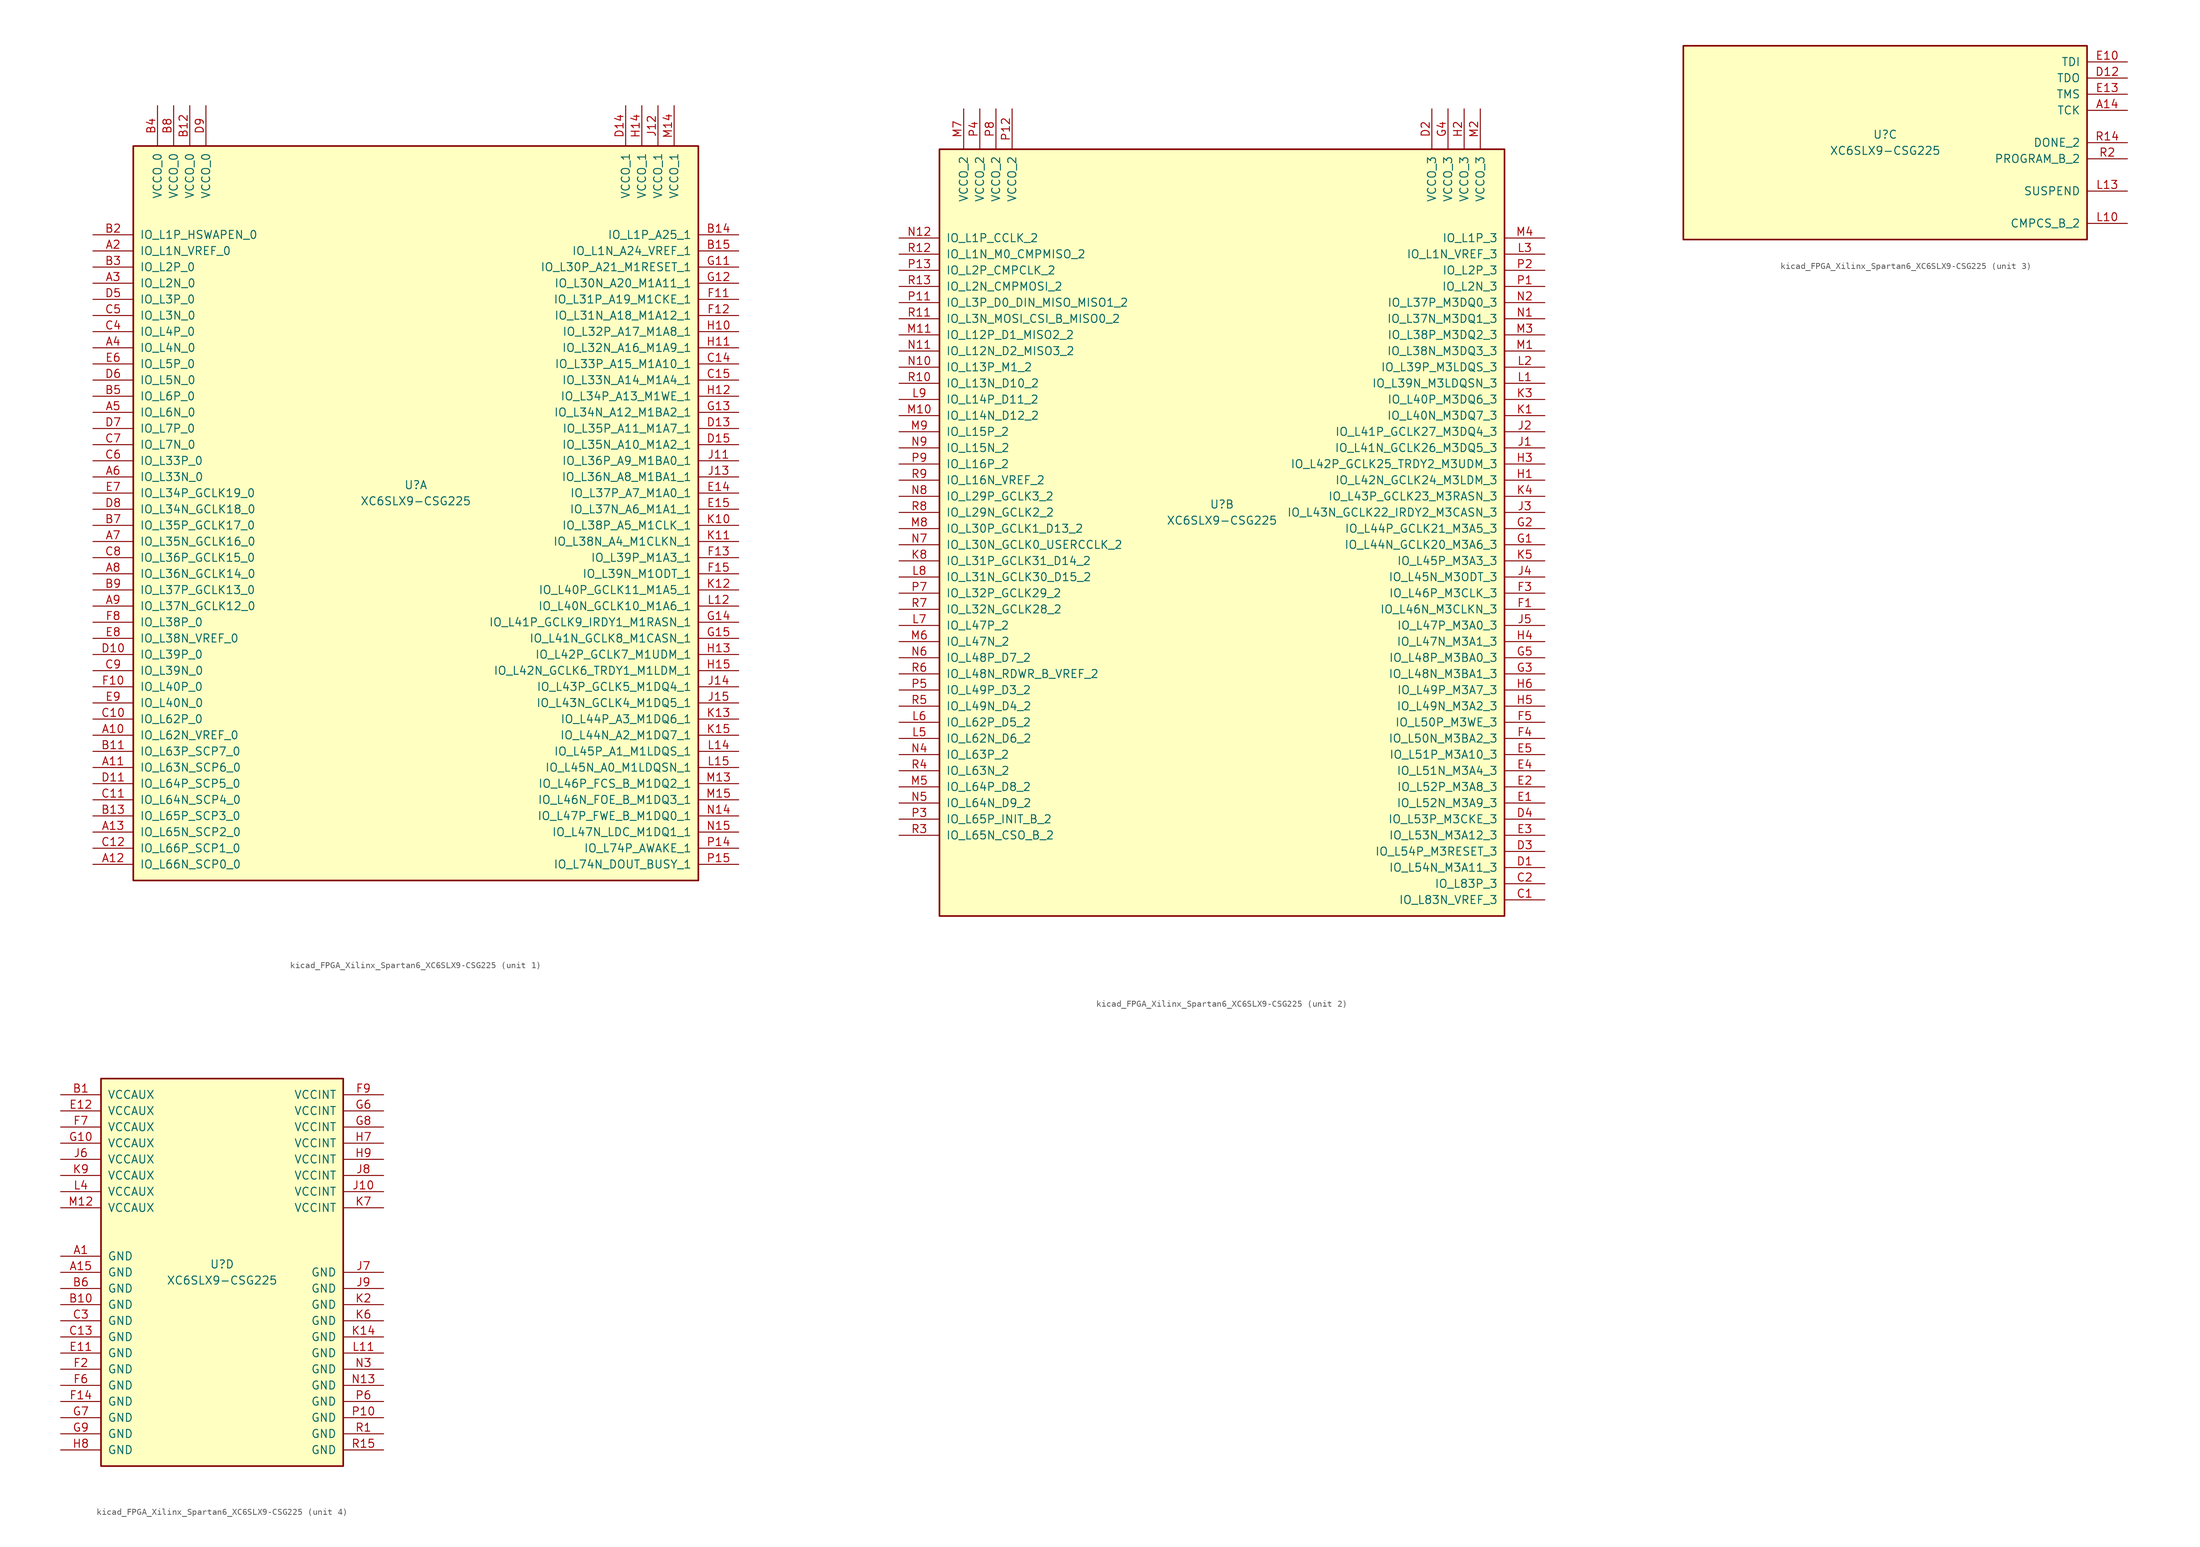
<source format=kicad_sym>
(kicad_symbol_lib
  (version 20220914)
  (generator kicad_symbol_editor)
  (symbol "kicad_FPGA_Xilinx_Spartan6_XC6SLX9-CSG225"
    (pin_names
      (offset 1.016))
    (property "Reference" "U"
      (at 0 1.27 0)
      (effects (font (size 1.27 1.27))))
    (property "Value" "XC6SLX9-CSG225"
      (at 0 -1.27 0)
      (effects (font (size 1.27 1.27))))
    (property "Datasheet" ""
      (at 0 0 0)
      (effects (font (size 1.27 1.27))))
    (property "ki_locked" ""
      (at 0 0 0)
      (effects (font (size 1.27 1.27))))
    (symbol "kicad_FPGA_Xilinx_Spartan6_XC6SLX9-CSG225_1_1"
      (rectangle (start -44.45 54.61) (end 44.45 -60.96) (stroke (width 0.254) (type default)) (fill (type background)))
      (pin bidirectional line (at -50.8 -38.1 0) (length 6.35) (name "IO_L62N_VREF_0" (effects (font (size 1.27 1.27)))) (number "A10" (effects (font (size 1.27 1.27)))))
      (pin bidirectional line (at -50.8 -43.18 0) (length 6.35) (name "IO_L63N_SCP6_0" (effects (font (size 1.27 1.27)))) (number "A11" (effects (font (size 1.27 1.27)))))
      (pin bidirectional line (at -50.8 -58.42 0) (length 6.35) (name "IO_L66N_SCP0_0" (effects (font (size 1.27 1.27)))) (number "A12" (effects (font (size 1.27 1.27)))))
      (pin bidirectional line (at -50.8 -53.34 0) (length 6.35) (name "IO_L65N_SCP2_0" (effects (font (size 1.27 1.27)))) (number "A13" (effects (font (size 1.27 1.27)))))
      (pin bidirectional line (at -50.8 38.1 0) (length 6.35) (name "IO_L1N_VREF_0" (effects (font (size 1.27 1.27)))) (number "A2" (effects (font (size 1.27 1.27)))))
      (pin bidirectional line (at -50.8 33.02 0) (length 6.35) (name "IO_L2N_0" (effects (font (size 1.27 1.27)))) (number "A3" (effects (font (size 1.27 1.27)))))
      (pin bidirectional line (at -50.8 22.86 0) (length 6.35) (name "IO_L4N_0" (effects (font (size 1.27 1.27)))) (number "A4" (effects (font (size 1.27 1.27)))))
      (pin bidirectional line (at -50.8 12.7 0) (length 6.35) (name "IO_L6N_0" (effects (font (size 1.27 1.27)))) (number "A5" (effects (font (size 1.27 1.27)))))
      (pin bidirectional line (at -50.8 2.54 0) (length 6.35) (name "IO_L33N_0" (effects (font (size 1.27 1.27)))) (number "A6" (effects (font (size 1.27 1.27)))))
      (pin bidirectional line (at -50.8 -7.62 0) (length 6.35) (name "IO_L35N_GCLK16_0" (effects (font (size 1.27 1.27)))) (number "A7" (effects (font (size 1.27 1.27)))))
      (pin bidirectional line (at -50.8 -12.7 0) (length 6.35) (name "IO_L36N_GCLK14_0" (effects (font (size 1.27 1.27)))) (number "A8" (effects (font (size 1.27 1.27)))))
      (pin bidirectional line (at -50.8 -17.78 0) (length 6.35) (name "IO_L37N_GCLK12_0" (effects (font (size 1.27 1.27)))) (number "A9" (effects (font (size 1.27 1.27)))))
      (pin bidirectional line (at -50.8 -40.64 0) (length 6.35) (name "IO_L63P_SCP7_0" (effects (font (size 1.27 1.27)))) (number "B11" (effects (font (size 1.27 1.27)))))
      (pin power_in line (at -35.56 60.96 270) (length 6.35) (name "VCCO_0" (effects (font (size 1.27 1.27)))) (number "B12" (effects (font (size 1.27 1.27)))))
      (pin bidirectional line (at -50.8 -50.8 0) (length 6.35) (name "IO_L65P_SCP3_0" (effects (font (size 1.27 1.27)))) (number "B13" (effects (font (size 1.27 1.27)))))
      (pin bidirectional line (at 50.8 40.64 180) (length 6.35) (name "IO_L1P_A25_1" (effects (font (size 1.27 1.27)))) (number "B14" (effects (font (size 1.27 1.27)))))
      (pin bidirectional line (at 50.8 38.1 180) (length 6.35) (name "IO_L1N_A24_VREF_1" (effects (font (size 1.27 1.27)))) (number "B15" (effects (font (size 1.27 1.27)))))
      (pin bidirectional line (at -50.8 40.64 0) (length 6.35) (name "IO_L1P_HSWAPEN_0" (effects (font (size 1.27 1.27)))) (number "B2" (effects (font (size 1.27 1.27)))))
      (pin bidirectional line (at -50.8 35.56 0) (length 6.35) (name "IO_L2P_0" (effects (font (size 1.27 1.27)))) (number "B3" (effects (font (size 1.27 1.27)))))
      (pin power_in line (at -40.64 60.96 270) (length 6.35) (name "VCCO_0" (effects (font (size 1.27 1.27)))) (number "B4" (effects (font (size 1.27 1.27)))))
      (pin bidirectional line (at -50.8 15.24 0) (length 6.35) (name "IO_L6P_0" (effects (font (size 1.27 1.27)))) (number "B5" (effects (font (size 1.27 1.27)))))
      (pin bidirectional line (at -50.8 -5.08 0) (length 6.35) (name "IO_L35P_GCLK17_0" (effects (font (size 1.27 1.27)))) (number "B7" (effects (font (size 1.27 1.27)))))
      (pin power_in line (at -38.1 60.96 270) (length 6.35) (name "VCCO_0" (effects (font (size 1.27 1.27)))) (number "B8" (effects (font (size 1.27 1.27)))))
      (pin bidirectional line (at -50.8 -15.24 0) (length 6.35) (name "IO_L37P_GCLK13_0" (effects (font (size 1.27 1.27)))) (number "B9" (effects (font (size 1.27 1.27)))))
      (pin bidirectional line (at -50.8 -35.56 0) (length 6.35) (name "IO_L62P_0" (effects (font (size 1.27 1.27)))) (number "C10" (effects (font (size 1.27 1.27)))))
      (pin bidirectional line (at -50.8 -48.26 0) (length 6.35) (name "IO_L64N_SCP4_0" (effects (font (size 1.27 1.27)))) (number "C11" (effects (font (size 1.27 1.27)))))
      (pin bidirectional line (at -50.8 -55.88 0) (length 6.35) (name "IO_L66P_SCP1_0" (effects (font (size 1.27 1.27)))) (number "C12" (effects (font (size 1.27 1.27)))))
      (pin bidirectional line (at 50.8 20.32 180) (length 6.35) (name "IO_L33P_A15_M1A10_1" (effects (font (size 1.27 1.27)))) (number "C14" (effects (font (size 1.27 1.27)))))
      (pin bidirectional line (at 50.8 17.78 180) (length 6.35) (name "IO_L33N_A14_M1A4_1" (effects (font (size 1.27 1.27)))) (number "C15" (effects (font (size 1.27 1.27)))))
      (pin bidirectional line (at -50.8 25.4 0) (length 6.35) (name "IO_L4P_0" (effects (font (size 1.27 1.27)))) (number "C4" (effects (font (size 1.27 1.27)))))
      (pin bidirectional line (at -50.8 27.94 0) (length 6.35) (name "IO_L3N_0" (effects (font (size 1.27 1.27)))) (number "C5" (effects (font (size 1.27 1.27)))))
      (pin bidirectional line (at -50.8 5.08 0) (length 6.35) (name "IO_L33P_0" (effects (font (size 1.27 1.27)))) (number "C6" (effects (font (size 1.27 1.27)))))
      (pin bidirectional line (at -50.8 7.62 0) (length 6.35) (name "IO_L7N_0" (effects (font (size 1.27 1.27)))) (number "C7" (effects (font (size 1.27 1.27)))))
      (pin bidirectional line (at -50.8 -10.16 0) (length 6.35) (name "IO_L36P_GCLK15_0" (effects (font (size 1.27 1.27)))) (number "C8" (effects (font (size 1.27 1.27)))))
      (pin bidirectional line (at -50.8 -27.94 0) (length 6.35) (name "IO_L39N_0" (effects (font (size 1.27 1.27)))) (number "C9" (effects (font (size 1.27 1.27)))))
      (pin bidirectional line (at -50.8 -25.4 0) (length 6.35) (name "IO_L39P_0" (effects (font (size 1.27 1.27)))) (number "D10" (effects (font (size 1.27 1.27)))))
      (pin bidirectional line (at -50.8 -45.72 0) (length 6.35) (name "IO_L64P_SCP5_0" (effects (font (size 1.27 1.27)))) (number "D11" (effects (font (size 1.27 1.27)))))
      (pin bidirectional line (at 50.8 10.16 180) (length 6.35) (name "IO_L35P_A11_M1A7_1" (effects (font (size 1.27 1.27)))) (number "D13" (effects (font (size 1.27 1.27)))))
      (pin power_in line (at 33.02 60.96 270) (length 6.35) (name "VCCO_1" (effects (font (size 1.27 1.27)))) (number "D14" (effects (font (size 1.27 1.27)))))
      (pin bidirectional line (at 50.8 7.62 180) (length 6.35) (name "IO_L35N_A10_M1A2_1" (effects (font (size 1.27 1.27)))) (number "D15" (effects (font (size 1.27 1.27)))))
      (pin bidirectional line (at -50.8 30.48 0) (length 6.35) (name "IO_L3P_0" (effects (font (size 1.27 1.27)))) (number "D5" (effects (font (size 1.27 1.27)))))
      (pin bidirectional line (at -50.8 17.78 0) (length 6.35) (name "IO_L5N_0" (effects (font (size 1.27 1.27)))) (number "D6" (effects (font (size 1.27 1.27)))))
      (pin bidirectional line (at -50.8 10.16 0) (length 6.35) (name "IO_L7P_0" (effects (font (size 1.27 1.27)))) (number "D7" (effects (font (size 1.27 1.27)))))
      (pin bidirectional line (at -50.8 -2.54 0) (length 6.35) (name "IO_L34N_GCLK18_0" (effects (font (size 1.27 1.27)))) (number "D8" (effects (font (size 1.27 1.27)))))
      (pin power_in line (at -33.02 60.96 270) (length 6.35) (name "VCCO_0" (effects (font (size 1.27 1.27)))) (number "D9" (effects (font (size 1.27 1.27)))))
      (pin bidirectional line (at 50.8 0 180) (length 6.35) (name "IO_L37P_A7_M1A0_1" (effects (font (size 1.27 1.27)))) (number "E14" (effects (font (size 1.27 1.27)))))
      (pin bidirectional line (at 50.8 -2.54 180) (length 6.35) (name "IO_L37N_A6_M1A1_1" (effects (font (size 1.27 1.27)))) (number "E15" (effects (font (size 1.27 1.27)))))
      (pin bidirectional line (at -50.8 20.32 0) (length 6.35) (name "IO_L5P_0" (effects (font (size 1.27 1.27)))) (number "E6" (effects (font (size 1.27 1.27)))))
      (pin bidirectional line (at -50.8 0 0) (length 6.35) (name "IO_L34P_GCLK19_0" (effects (font (size 1.27 1.27)))) (number "E7" (effects (font (size 1.27 1.27)))))
      (pin bidirectional line (at -50.8 -22.86 0) (length 6.35) (name "IO_L38N_VREF_0" (effects (font (size 1.27 1.27)))) (number "E8" (effects (font (size 1.27 1.27)))))
      (pin bidirectional line (at -50.8 -33.02 0) (length 6.35) (name "IO_L40N_0" (effects (font (size 1.27 1.27)))) (number "E9" (effects (font (size 1.27 1.27)))))
      (pin bidirectional line (at -50.8 -30.48 0) (length 6.35) (name "IO_L40P_0" (effects (font (size 1.27 1.27)))) (number "F10" (effects (font (size 1.27 1.27)))))
      (pin bidirectional line (at 50.8 30.48 180) (length 6.35) (name "IO_L31P_A19_M1CKE_1" (effects (font (size 1.27 1.27)))) (number "F11" (effects (font (size 1.27 1.27)))))
      (pin bidirectional line (at 50.8 27.94 180) (length 6.35) (name "IO_L31N_A18_M1A12_1" (effects (font (size 1.27 1.27)))) (number "F12" (effects (font (size 1.27 1.27)))))
      (pin bidirectional line (at 50.8 -10.16 180) (length 6.35) (name "IO_L39P_M1A3_1" (effects (font (size 1.27 1.27)))) (number "F13" (effects (font (size 1.27 1.27)))))
      (pin bidirectional line (at 50.8 -12.7 180) (length 6.35) (name "IO_L39N_M1ODT_1" (effects (font (size 1.27 1.27)))) (number "F15" (effects (font (size 1.27 1.27)))))
      (pin bidirectional line (at -50.8 -20.32 0) (length 6.35) (name "IO_L38P_0" (effects (font (size 1.27 1.27)))) (number "F8" (effects (font (size 1.27 1.27)))))
      (pin bidirectional line (at 50.8 35.56 180) (length 6.35) (name "IO_L30P_A21_M1RESET_1" (effects (font (size 1.27 1.27)))) (number "G11" (effects (font (size 1.27 1.27)))))
      (pin bidirectional line (at 50.8 33.02 180) (length 6.35) (name "IO_L30N_A20_M1A11_1" (effects (font (size 1.27 1.27)))) (number "G12" (effects (font (size 1.27 1.27)))))
      (pin bidirectional line (at 50.8 12.7 180) (length 6.35) (name "IO_L34N_A12_M1BA2_1" (effects (font (size 1.27 1.27)))) (number "G13" (effects (font (size 1.27 1.27)))))
      (pin bidirectional line (at 50.8 -20.32 180) (length 6.35) (name "IO_L41P_GCLK9_IRDY1_M1RASN_1" (effects (font (size 1.27 1.27)))) (number "G14" (effects (font (size 1.27 1.27)))))
      (pin bidirectional line (at 50.8 -22.86 180) (length 6.35) (name "IO_L41N_GCLK8_M1CASN_1" (effects (font (size 1.27 1.27)))) (number "G15" (effects (font (size 1.27 1.27)))))
      (pin bidirectional line (at 50.8 25.4 180) (length 6.35) (name "IO_L32P_A17_M1A8_1" (effects (font (size 1.27 1.27)))) (number "H10" (effects (font (size 1.27 1.27)))))
      (pin bidirectional line (at 50.8 22.86 180) (length 6.35) (name "IO_L32N_A16_M1A9_1" (effects (font (size 1.27 1.27)))) (number "H11" (effects (font (size 1.27 1.27)))))
      (pin bidirectional line (at 50.8 15.24 180) (length 6.35) (name "IO_L34P_A13_M1WE_1" (effects (font (size 1.27 1.27)))) (number "H12" (effects (font (size 1.27 1.27)))))
      (pin bidirectional line (at 50.8 -25.4 180) (length 6.35) (name "IO_L42P_GCLK7_M1UDM_1" (effects (font (size 1.27 1.27)))) (number "H13" (effects (font (size 1.27 1.27)))))
      (pin power_in line (at 35.56 60.96 270) (length 6.35) (name "VCCO_1" (effects (font (size 1.27 1.27)))) (number "H14" (effects (font (size 1.27 1.27)))))
      (pin bidirectional line (at 50.8 -27.94 180) (length 6.35) (name "IO_L42N_GCLK6_TRDY1_M1LDM_1" (effects (font (size 1.27 1.27)))) (number "H15" (effects (font (size 1.27 1.27)))))
      (pin bidirectional line (at 50.8 5.08 180) (length 6.35) (name "IO_L36P_A9_M1BA0_1" (effects (font (size 1.27 1.27)))) (number "J11" (effects (font (size 1.27 1.27)))))
      (pin power_in line (at 38.1 60.96 270) (length 6.35) (name "VCCO_1" (effects (font (size 1.27 1.27)))) (number "J12" (effects (font (size 1.27 1.27)))))
      (pin bidirectional line (at 50.8 2.54 180) (length 6.35) (name "IO_L36N_A8_M1BA1_1" (effects (font (size 1.27 1.27)))) (number "J13" (effects (font (size 1.27 1.27)))))
      (pin bidirectional line (at 50.8 -30.48 180) (length 6.35) (name "IO_L43P_GCLK5_M1DQ4_1" (effects (font (size 1.27 1.27)))) (number "J14" (effects (font (size 1.27 1.27)))))
      (pin bidirectional line (at 50.8 -33.02 180) (length 6.35) (name "IO_L43N_GCLK4_M1DQ5_1" (effects (font (size 1.27 1.27)))) (number "J15" (effects (font (size 1.27 1.27)))))
      (pin bidirectional line (at 50.8 -5.08 180) (length 6.35) (name "IO_L38P_A5_M1CLK_1" (effects (font (size 1.27 1.27)))) (number "K10" (effects (font (size 1.27 1.27)))))
      (pin bidirectional line (at 50.8 -7.62 180) (length 6.35) (name "IO_L38N_A4_M1CLKN_1" (effects (font (size 1.27 1.27)))) (number "K11" (effects (font (size 1.27 1.27)))))
      (pin bidirectional line (at 50.8 -15.24 180) (length 6.35) (name "IO_L40P_GCLK11_M1A5_1" (effects (font (size 1.27 1.27)))) (number "K12" (effects (font (size 1.27 1.27)))))
      (pin bidirectional line (at 50.8 -35.56 180) (length 6.35) (name "IO_L44P_A3_M1DQ6_1" (effects (font (size 1.27 1.27)))) (number "K13" (effects (font (size 1.27 1.27)))))
      (pin bidirectional line (at 50.8 -38.1 180) (length 6.35) (name "IO_L44N_A2_M1DQ7_1" (effects (font (size 1.27 1.27)))) (number "K15" (effects (font (size 1.27 1.27)))))
      (pin bidirectional line (at 50.8 -17.78 180) (length 6.35) (name "IO_L40N_GCLK10_M1A6_1" (effects (font (size 1.27 1.27)))) (number "L12" (effects (font (size 1.27 1.27)))))
      (pin bidirectional line (at 50.8 -40.64 180) (length 6.35) (name "IO_L45P_A1_M1LDQS_1" (effects (font (size 1.27 1.27)))) (number "L14" (effects (font (size 1.27 1.27)))))
      (pin bidirectional line (at 50.8 -43.18 180) (length 6.35) (name "IO_L45N_A0_M1LDQSN_1" (effects (font (size 1.27 1.27)))) (number "L15" (effects (font (size 1.27 1.27)))))
      (pin bidirectional line (at 50.8 -45.72 180) (length 6.35) (name "IO_L46P_FCS_B_M1DQ2_1" (effects (font (size 1.27 1.27)))) (number "M13" (effects (font (size 1.27 1.27)))))
      (pin power_in line (at 40.64 60.96 270) (length 6.35) (name "VCCO_1" (effects (font (size 1.27 1.27)))) (number "M14" (effects (font (size 1.27 1.27)))))
      (pin bidirectional line (at 50.8 -48.26 180) (length 6.35) (name "IO_L46N_FOE_B_M1DQ3_1" (effects (font (size 1.27 1.27)))) (number "M15" (effects (font (size 1.27 1.27)))))
      (pin bidirectional line (at 50.8 -50.8 180) (length 6.35) (name "IO_L47P_FWE_B_M1DQ0_1" (effects (font (size 1.27 1.27)))) (number "N14" (effects (font (size 1.27 1.27)))))
      (pin bidirectional line (at 50.8 -53.34 180) (length 6.35) (name "IO_L47N_LDC_M1DQ1_1" (effects (font (size 1.27 1.27)))) (number "N15" (effects (font (size 1.27 1.27)))))
      (pin bidirectional line (at 50.8 -55.88 180) (length 6.35) (name "IO_L74P_AWAKE_1" (effects (font (size 1.27 1.27)))) (number "P14" (effects (font (size 1.27 1.27)))))
      (pin bidirectional line (at 50.8 -58.42 180) (length 6.35) (name "IO_L74N_DOUT_BUSY_1" (effects (font (size 1.27 1.27)))) (number "P15" (effects (font (size 1.27 1.27))))))
    (symbol "kicad_FPGA_Xilinx_Spartan6_XC6SLX9-CSG225_2_1"
      (rectangle (start -44.45 57.15) (end 44.45 -63.5) (stroke (width 0.254) (type default)) (fill (type background)))
      (pin bidirectional line (at 50.8 -60.96 180) (length 6.35) (name "IO_L83N_VREF_3" (effects (font (size 1.27 1.27)))) (number "C1" (effects (font (size 1.27 1.27)))))
      (pin bidirectional line (at 50.8 -58.42 180) (length 6.35) (name "IO_L83P_3" (effects (font (size 1.27 1.27)))) (number "C2" (effects (font (size 1.27 1.27)))))
      (pin bidirectional line (at 50.8 -55.88 180) (length 6.35) (name "IO_L54N_M3A11_3" (effects (font (size 1.27 1.27)))) (number "D1" (effects (font (size 1.27 1.27)))))
      (pin power_in line (at 33.02 63.5 270) (length 6.35) (name "VCCO_3" (effects (font (size 1.27 1.27)))) (number "D2" (effects (font (size 1.27 1.27)))))
      (pin bidirectional line (at 50.8 -53.34 180) (length 6.35) (name "IO_L54P_M3RESET_3" (effects (font (size 1.27 1.27)))) (number "D3" (effects (font (size 1.27 1.27)))))
      (pin bidirectional line (at 50.8 -48.26 180) (length 6.35) (name "IO_L53P_M3CKE_3" (effects (font (size 1.27 1.27)))) (number "D4" (effects (font (size 1.27 1.27)))))
      (pin bidirectional line (at 50.8 -45.72 180) (length 6.35) (name "IO_L52N_M3A9_3" (effects (font (size 1.27 1.27)))) (number "E1" (effects (font (size 1.27 1.27)))))
      (pin bidirectional line (at 50.8 -43.18 180) (length 6.35) (name "IO_L52P_M3A8_3" (effects (font (size 1.27 1.27)))) (number "E2" (effects (font (size 1.27 1.27)))))
      (pin bidirectional line (at 50.8 -50.8 180) (length 6.35) (name "IO_L53N_M3A12_3" (effects (font (size 1.27 1.27)))) (number "E3" (effects (font (size 1.27 1.27)))))
      (pin bidirectional line (at 50.8 -40.64 180) (length 6.35) (name "IO_L51N_M3A4_3" (effects (font (size 1.27 1.27)))) (number "E4" (effects (font (size 1.27 1.27)))))
      (pin bidirectional line (at 50.8 -38.1 180) (length 6.35) (name "IO_L51P_M3A10_3" (effects (font (size 1.27 1.27)))) (number "E5" (effects (font (size 1.27 1.27)))))
      (pin bidirectional line (at 50.8 -15.24 180) (length 6.35) (name "IO_L46N_M3CLKN_3" (effects (font (size 1.27 1.27)))) (number "F1" (effects (font (size 1.27 1.27)))))
      (pin bidirectional line (at 50.8 -12.7 180) (length 6.35) (name "IO_L46P_M3CLK_3" (effects (font (size 1.27 1.27)))) (number "F3" (effects (font (size 1.27 1.27)))))
      (pin bidirectional line (at 50.8 -35.56 180) (length 6.35) (name "IO_L50N_M3BA2_3" (effects (font (size 1.27 1.27)))) (number "F4" (effects (font (size 1.27 1.27)))))
      (pin bidirectional line (at 50.8 -33.02 180) (length 6.35) (name "IO_L50P_M3WE_3" (effects (font (size 1.27 1.27)))) (number "F5" (effects (font (size 1.27 1.27)))))
      (pin bidirectional line (at 50.8 -5.08 180) (length 6.35) (name "IO_L44N_GCLK20_M3A6_3" (effects (font (size 1.27 1.27)))) (number "G1" (effects (font (size 1.27 1.27)))))
      (pin bidirectional line (at 50.8 -2.54 180) (length 6.35) (name "IO_L44P_GCLK21_M3A5_3" (effects (font (size 1.27 1.27)))) (number "G2" (effects (font (size 1.27 1.27)))))
      (pin bidirectional line (at 50.8 -25.4 180) (length 6.35) (name "IO_L48N_M3BA1_3" (effects (font (size 1.27 1.27)))) (number "G3" (effects (font (size 1.27 1.27)))))
      (pin power_in line (at 35.56 63.5 270) (length 6.35) (name "VCCO_3" (effects (font (size 1.27 1.27)))) (number "G4" (effects (font (size 1.27 1.27)))))
      (pin bidirectional line (at 50.8 -22.86 180) (length 6.35) (name "IO_L48P_M3BA0_3" (effects (font (size 1.27 1.27)))) (number "G5" (effects (font (size 1.27 1.27)))))
      (pin bidirectional line (at 50.8 5.08 180) (length 6.35) (name "IO_L42N_GCLK24_M3LDM_3" (effects (font (size 1.27 1.27)))) (number "H1" (effects (font (size 1.27 1.27)))))
      (pin power_in line (at 38.1 63.5 270) (length 6.35) (name "VCCO_3" (effects (font (size 1.27 1.27)))) (number "H2" (effects (font (size 1.27 1.27)))))
      (pin bidirectional line (at 50.8 7.62 180) (length 6.35) (name "IO_L42P_GCLK25_TRDY2_M3UDM_3" (effects (font (size 1.27 1.27)))) (number "H3" (effects (font (size 1.27 1.27)))))
      (pin bidirectional line (at 50.8 -20.32 180) (length 6.35) (name "IO_L47N_M3A1_3" (effects (font (size 1.27 1.27)))) (number "H4" (effects (font (size 1.27 1.27)))))
      (pin bidirectional line (at 50.8 -30.48 180) (length 6.35) (name "IO_L49N_M3A2_3" (effects (font (size 1.27 1.27)))) (number "H5" (effects (font (size 1.27 1.27)))))
      (pin bidirectional line (at 50.8 -27.94 180) (length 6.35) (name "IO_L49P_M3A7_3" (effects (font (size 1.27 1.27)))) (number "H6" (effects (font (size 1.27 1.27)))))
      (pin bidirectional line (at 50.8 10.16 180) (length 6.35) (name "IO_L41N_GCLK26_M3DQ5_3" (effects (font (size 1.27 1.27)))) (number "J1" (effects (font (size 1.27 1.27)))))
      (pin bidirectional line (at 50.8 12.7 180) (length 6.35) (name "IO_L41P_GCLK27_M3DQ4_3" (effects (font (size 1.27 1.27)))) (number "J2" (effects (font (size 1.27 1.27)))))
      (pin bidirectional line (at 50.8 0 180) (length 6.35) (name "IO_L43N_GCLK22_IRDY2_M3CASN_3" (effects (font (size 1.27 1.27)))) (number "J3" (effects (font (size 1.27 1.27)))))
      (pin bidirectional line (at 50.8 -10.16 180) (length 6.35) (name "IO_L45N_M3ODT_3" (effects (font (size 1.27 1.27)))) (number "J4" (effects (font (size 1.27 1.27)))))
      (pin bidirectional line (at 50.8 -17.78 180) (length 6.35) (name "IO_L47P_M3A0_3" (effects (font (size 1.27 1.27)))) (number "J5" (effects (font (size 1.27 1.27)))))
      (pin bidirectional line (at 50.8 15.24 180) (length 6.35) (name "IO_L40N_M3DQ7_3" (effects (font (size 1.27 1.27)))) (number "K1" (effects (font (size 1.27 1.27)))))
      (pin bidirectional line (at 50.8 17.78 180) (length 6.35) (name "IO_L40P_M3DQ6_3" (effects (font (size 1.27 1.27)))) (number "K3" (effects (font (size 1.27 1.27)))))
      (pin bidirectional line (at 50.8 2.54 180) (length 6.35) (name "IO_L43P_GCLK23_M3RASN_3" (effects (font (size 1.27 1.27)))) (number "K4" (effects (font (size 1.27 1.27)))))
      (pin bidirectional line (at 50.8 -7.62 180) (length 6.35) (name "IO_L45P_M3A3_3" (effects (font (size 1.27 1.27)))) (number "K5" (effects (font (size 1.27 1.27)))))
      (pin bidirectional line (at -50.8 -7.62 0) (length 6.35) (name "IO_L31P_GCLK31_D14_2" (effects (font (size 1.27 1.27)))) (number "K8" (effects (font (size 1.27 1.27)))))
      (pin bidirectional line (at 50.8 20.32 180) (length 6.35) (name "IO_L39N_M3LDQSN_3" (effects (font (size 1.27 1.27)))) (number "L1" (effects (font (size 1.27 1.27)))))
      (pin bidirectional line (at 50.8 22.86 180) (length 6.35) (name "IO_L39P_M3LDQS_3" (effects (font (size 1.27 1.27)))) (number "L2" (effects (font (size 1.27 1.27)))))
      (pin bidirectional line (at 50.8 40.64 180) (length 6.35) (name "IO_L1N_VREF_3" (effects (font (size 1.27 1.27)))) (number "L3" (effects (font (size 1.27 1.27)))))
      (pin bidirectional line (at -50.8 -35.56 0) (length 6.35) (name "IO_L62N_D6_2" (effects (font (size 1.27 1.27)))) (number "L5" (effects (font (size 1.27 1.27)))))
      (pin bidirectional line (at -50.8 -33.02 0) (length 6.35) (name "IO_L62P_D5_2" (effects (font (size 1.27 1.27)))) (number "L6" (effects (font (size 1.27 1.27)))))
      (pin bidirectional line (at -50.8 -17.78 0) (length 6.35) (name "IO_L47P_2" (effects (font (size 1.27 1.27)))) (number "L7" (effects (font (size 1.27 1.27)))))
      (pin bidirectional line (at -50.8 -10.16 0) (length 6.35) (name "IO_L31N_GCLK30_D15_2" (effects (font (size 1.27 1.27)))) (number "L8" (effects (font (size 1.27 1.27)))))
      (pin bidirectional line (at -50.8 17.78 0) (length 6.35) (name "IO_L14P_D11_2" (effects (font (size 1.27 1.27)))) (number "L9" (effects (font (size 1.27 1.27)))))
      (pin bidirectional line (at 50.8 25.4 180) (length 6.35) (name "IO_L38N_M3DQ3_3" (effects (font (size 1.27 1.27)))) (number "M1" (effects (font (size 1.27 1.27)))))
      (pin bidirectional line (at -50.8 15.24 0) (length 6.35) (name "IO_L14N_D12_2" (effects (font (size 1.27 1.27)))) (number "M10" (effects (font (size 1.27 1.27)))))
      (pin bidirectional line (at -50.8 27.94 0) (length 6.35) (name "IO_L12P_D1_MISO2_2" (effects (font (size 1.27 1.27)))) (number "M11" (effects (font (size 1.27 1.27)))))
      (pin power_in line (at 40.64 63.5 270) (length 6.35) (name "VCCO_3" (effects (font (size 1.27 1.27)))) (number "M2" (effects (font (size 1.27 1.27)))))
      (pin bidirectional line (at 50.8 27.94 180) (length 6.35) (name "IO_L38P_M3DQ2_3" (effects (font (size 1.27 1.27)))) (number "M3" (effects (font (size 1.27 1.27)))))
      (pin bidirectional line (at 50.8 43.18 180) (length 6.35) (name "IO_L1P_3" (effects (font (size 1.27 1.27)))) (number "M4" (effects (font (size 1.27 1.27)))))
      (pin bidirectional line (at -50.8 -43.18 0) (length 6.35) (name "IO_L64P_D8_2" (effects (font (size 1.27 1.27)))) (number "M5" (effects (font (size 1.27 1.27)))))
      (pin bidirectional line (at -50.8 -20.32 0) (length 6.35) (name "IO_L47N_2" (effects (font (size 1.27 1.27)))) (number "M6" (effects (font (size 1.27 1.27)))))
      (pin power_in line (at -40.64 63.5 270) (length 6.35) (name "VCCO_2" (effects (font (size 1.27 1.27)))) (number "M7" (effects (font (size 1.27 1.27)))))
      (pin bidirectional line (at -50.8 -2.54 0) (length 6.35) (name "IO_L30P_GCLK1_D13_2" (effects (font (size 1.27 1.27)))) (number "M8" (effects (font (size 1.27 1.27)))))
      (pin bidirectional line (at -50.8 12.7 0) (length 6.35) (name "IO_L15P_2" (effects (font (size 1.27 1.27)))) (number "M9" (effects (font (size 1.27 1.27)))))
      (pin bidirectional line (at 50.8 30.48 180) (length 6.35) (name "IO_L37N_M3DQ1_3" (effects (font (size 1.27 1.27)))) (number "N1" (effects (font (size 1.27 1.27)))))
      (pin bidirectional line (at -50.8 22.86 0) (length 6.35) (name "IO_L13P_M1_2" (effects (font (size 1.27 1.27)))) (number "N10" (effects (font (size 1.27 1.27)))))
      (pin bidirectional line (at -50.8 25.4 0) (length 6.35) (name "IO_L12N_D2_MISO3_2" (effects (font (size 1.27 1.27)))) (number "N11" (effects (font (size 1.27 1.27)))))
      (pin bidirectional line (at -50.8 43.18 0) (length 6.35) (name "IO_L1P_CCLK_2" (effects (font (size 1.27 1.27)))) (number "N12" (effects (font (size 1.27 1.27)))))
      (pin bidirectional line (at 50.8 33.02 180) (length 6.35) (name "IO_L37P_M3DQ0_3" (effects (font (size 1.27 1.27)))) (number "N2" (effects (font (size 1.27 1.27)))))
      (pin bidirectional line (at -50.8 -38.1 0) (length 6.35) (name "IO_L63P_2" (effects (font (size 1.27 1.27)))) (number "N4" (effects (font (size 1.27 1.27)))))
      (pin bidirectional line (at -50.8 -45.72 0) (length 6.35) (name "IO_L64N_D9_2" (effects (font (size 1.27 1.27)))) (number "N5" (effects (font (size 1.27 1.27)))))
      (pin bidirectional line (at -50.8 -22.86 0) (length 6.35) (name "IO_L48P_D7_2" (effects (font (size 1.27 1.27)))) (number "N6" (effects (font (size 1.27 1.27)))))
      (pin bidirectional line (at -50.8 -5.08 0) (length 6.35) (name "IO_L30N_GCLK0_USERCCLK_2" (effects (font (size 1.27 1.27)))) (number "N7" (effects (font (size 1.27 1.27)))))
      (pin bidirectional line (at -50.8 2.54 0) (length 6.35) (name "IO_L29P_GCLK3_2" (effects (font (size 1.27 1.27)))) (number "N8" (effects (font (size 1.27 1.27)))))
      (pin bidirectional line (at -50.8 10.16 0) (length 6.35) (name "IO_L15N_2" (effects (font (size 1.27 1.27)))) (number "N9" (effects (font (size 1.27 1.27)))))
      (pin bidirectional line (at 50.8 35.56 180) (length 6.35) (name "IO_L2N_3" (effects (font (size 1.27 1.27)))) (number "P1" (effects (font (size 1.27 1.27)))))
      (pin bidirectional line (at -50.8 33.02 0) (length 6.35) (name "IO_L3P_D0_DIN_MISO_MISO1_2" (effects (font (size 1.27 1.27)))) (number "P11" (effects (font (size 1.27 1.27)))))
      (pin power_in line (at -33.02 63.5 270) (length 6.35) (name "VCCO_2" (effects (font (size 1.27 1.27)))) (number "P12" (effects (font (size 1.27 1.27)))))
      (pin bidirectional line (at -50.8 38.1 0) (length 6.35) (name "IO_L2P_CMPCLK_2" (effects (font (size 1.27 1.27)))) (number "P13" (effects (font (size 1.27 1.27)))))
      (pin bidirectional line (at 50.8 38.1 180) (length 6.35) (name "IO_L2P_3" (effects (font (size 1.27 1.27)))) (number "P2" (effects (font (size 1.27 1.27)))))
      (pin bidirectional line (at -50.8 -48.26 0) (length 6.35) (name "IO_L65P_INIT_B_2" (effects (font (size 1.27 1.27)))) (number "P3" (effects (font (size 1.27 1.27)))))
      (pin power_in line (at -38.1 63.5 270) (length 6.35) (name "VCCO_2" (effects (font (size 1.27 1.27)))) (number "P4" (effects (font (size 1.27 1.27)))))
      (pin bidirectional line (at -50.8 -27.94 0) (length 6.35) (name "IO_L49P_D3_2" (effects (font (size 1.27 1.27)))) (number "P5" (effects (font (size 1.27 1.27)))))
      (pin bidirectional line (at -50.8 -12.7 0) (length 6.35) (name "IO_L32P_GCLK29_2" (effects (font (size 1.27 1.27)))) (number "P7" (effects (font (size 1.27 1.27)))))
      (pin power_in line (at -35.56 63.5 270) (length 6.35) (name "VCCO_2" (effects (font (size 1.27 1.27)))) (number "P8" (effects (font (size 1.27 1.27)))))
      (pin bidirectional line (at -50.8 7.62 0) (length 6.35) (name "IO_L16P_2" (effects (font (size 1.27 1.27)))) (number "P9" (effects (font (size 1.27 1.27)))))
      (pin bidirectional line (at -50.8 20.32 0) (length 6.35) (name "IO_L13N_D10_2" (effects (font (size 1.27 1.27)))) (number "R10" (effects (font (size 1.27 1.27)))))
      (pin bidirectional line (at -50.8 30.48 0) (length 6.35) (name "IO_L3N_MOSI_CSI_B_MISO0_2" (effects (font (size 1.27 1.27)))) (number "R11" (effects (font (size 1.27 1.27)))))
      (pin bidirectional line (at -50.8 40.64 0) (length 6.35) (name "IO_L1N_M0_CMPMISO_2" (effects (font (size 1.27 1.27)))) (number "R12" (effects (font (size 1.27 1.27)))))
      (pin bidirectional line (at -50.8 35.56 0) (length 6.35) (name "IO_L2N_CMPMOSI_2" (effects (font (size 1.27 1.27)))) (number "R13" (effects (font (size 1.27 1.27)))))
      (pin bidirectional line (at -50.8 -50.8 0) (length 6.35) (name "IO_L65N_CSO_B_2" (effects (font (size 1.27 1.27)))) (number "R3" (effects (font (size 1.27 1.27)))))
      (pin bidirectional line (at -50.8 -40.64 0) (length 6.35) (name "IO_L63N_2" (effects (font (size 1.27 1.27)))) (number "R4" (effects (font (size 1.27 1.27)))))
      (pin bidirectional line (at -50.8 -30.48 0) (length 6.35) (name "IO_L49N_D4_2" (effects (font (size 1.27 1.27)))) (number "R5" (effects (font (size 1.27 1.27)))))
      (pin bidirectional line (at -50.8 -25.4 0) (length 6.35) (name "IO_L48N_RDWR_B_VREF_2" (effects (font (size 1.27 1.27)))) (number "R6" (effects (font (size 1.27 1.27)))))
      (pin bidirectional line (at -50.8 -15.24 0) (length 6.35) (name "IO_L32N_GCLK28_2" (effects (font (size 1.27 1.27)))) (number "R7" (effects (font (size 1.27 1.27)))))
      (pin bidirectional line (at -50.8 0 0) (length 6.35) (name "IO_L29N_GCLK2_2" (effects (font (size 1.27 1.27)))) (number "R8" (effects (font (size 1.27 1.27)))))
      (pin bidirectional line (at -50.8 5.08 0) (length 6.35) (name "IO_L16N_VREF_2" (effects (font (size 1.27 1.27)))) (number "R9" (effects (font (size 1.27 1.27))))))
    (symbol "kicad_FPGA_Xilinx_Spartan6_XC6SLX9-CSG225_3_1"
      (rectangle (start -31.75 15.24) (end 31.75 -15.24) (stroke (width 0.254) (type default)) (fill (type background)))
      (pin bidirectional line (at 38.1 5.08 180) (length 6.35) (name "TCK" (effects (font (size 1.27 1.27)))) (number "A14" (effects (font (size 1.27 1.27)))))
      (pin bidirectional line (at 38.1 10.16 180) (length 6.35) (name "TDO" (effects (font (size 1.27 1.27)))) (number "D12" (effects (font (size 1.27 1.27)))))
      (pin bidirectional line (at 38.1 12.7 180) (length 6.35) (name "TDI" (effects (font (size 1.27 1.27)))) (number "E10" (effects (font (size 1.27 1.27)))))
      (pin bidirectional line (at 38.1 7.62 180) (length 6.35) (name "TMS" (effects (font (size 1.27 1.27)))) (number "E13" (effects (font (size 1.27 1.27)))))
      (pin bidirectional line (at 38.1 -12.7 180) (length 6.35) (name "CMPCS_B_2" (effects (font (size 1.27 1.27)))) (number "L10" (effects (font (size 1.27 1.27)))))
      (pin bidirectional line (at 38.1 -7.62 180) (length 6.35) (name "SUSPEND" (effects (font (size 1.27 1.27)))) (number "L13" (effects (font (size 1.27 1.27)))))
      (pin bidirectional line (at 38.1 0 180) (length 6.35) (name "DONE_2" (effects (font (size 1.27 1.27)))) (number "R14" (effects (font (size 1.27 1.27)))))
      (pin bidirectional line (at 38.1 -2.54 180) (length 6.35) (name "PROGRAM_B_2" (effects (font (size 1.27 1.27)))) (number "R2" (effects (font (size 1.27 1.27))))))
    (symbol "kicad_FPGA_Xilinx_Spartan6_XC6SLX9-CSG225_4_1"
      (rectangle (start -19.05 30.48) (end 19.05 -30.48) (stroke (width 0.254) (type default)) (fill (type background)))
      (pin power_in line (at -25.4 2.54 0) (length 6.35) (name "GND" (effects (font (size 1.27 1.27)))) (number "A1" (effects (font (size 1.27 1.27)))))
      (pin power_in line (at -25.4 0 0) (length 6.35) (name "GND" (effects (font (size 1.27 1.27)))) (number "A15" (effects (font (size 1.27 1.27)))))
      (pin power_in line (at -25.4 27.94 0) (length 6.35) (name "VCCAUX" (effects (font (size 1.27 1.27)))) (number "B1" (effects (font (size 1.27 1.27)))))
      (pin power_in line (at -25.4 -5.08 0) (length 6.35) (name "GND" (effects (font (size 1.27 1.27)))) (number "B10" (effects (font (size 1.27 1.27)))))
      (pin power_in line (at -25.4 -2.54 0) (length 6.35) (name "GND" (effects (font (size 1.27 1.27)))) (number "B6" (effects (font (size 1.27 1.27)))))
      (pin power_in line (at -25.4 -10.16 0) (length 6.35) (name "GND" (effects (font (size 1.27 1.27)))) (number "C13" (effects (font (size 1.27 1.27)))))
      (pin power_in line (at -25.4 -7.62 0) (length 6.35) (name "GND" (effects (font (size 1.27 1.27)))) (number "C3" (effects (font (size 1.27 1.27)))))
      (pin power_in line (at -25.4 -12.7 0) (length 6.35) (name "GND" (effects (font (size 1.27 1.27)))) (number "E11" (effects (font (size 1.27 1.27)))))
      (pin power_in line (at -25.4 25.4 0) (length 6.35) (name "VCCAUX" (effects (font (size 1.27 1.27)))) (number "E12" (effects (font (size 1.27 1.27)))))
      (pin power_in line (at -25.4 -20.32 0) (length 6.35) (name "GND" (effects (font (size 1.27 1.27)))) (number "F14" (effects (font (size 1.27 1.27)))))
      (pin power_in line (at -25.4 -15.24 0) (length 6.35) (name "GND" (effects (font (size 1.27 1.27)))) (number "F2" (effects (font (size 1.27 1.27)))))
      (pin power_in line (at -25.4 -17.78 0) (length 6.35) (name "GND" (effects (font (size 1.27 1.27)))) (number "F6" (effects (font (size 1.27 1.27)))))
      (pin power_in line (at -25.4 22.86 0) (length 6.35) (name "VCCAUX" (effects (font (size 1.27 1.27)))) (number "F7" (effects (font (size 1.27 1.27)))))
      (pin power_in line (at 25.4 27.94 180) (length 6.35) (name "VCCINT" (effects (font (size 1.27 1.27)))) (number "F9" (effects (font (size 1.27 1.27)))))
      (pin power_in line (at -25.4 20.32 0) (length 6.35) (name "VCCAUX" (effects (font (size 1.27 1.27)))) (number "G10" (effects (font (size 1.27 1.27)))))
      (pin power_in line (at 25.4 25.4 180) (length 6.35) (name "VCCINT" (effects (font (size 1.27 1.27)))) (number "G6" (effects (font (size 1.27 1.27)))))
      (pin power_in line (at -25.4 -22.86 0) (length 6.35) (name "GND" (effects (font (size 1.27 1.27)))) (number "G7" (effects (font (size 1.27 1.27)))))
      (pin power_in line (at 25.4 22.86 180) (length 6.35) (name "VCCINT" (effects (font (size 1.27 1.27)))) (number "G8" (effects (font (size 1.27 1.27)))))
      (pin power_in line (at -25.4 -25.4 0) (length 6.35) (name "GND" (effects (font (size 1.27 1.27)))) (number "G9" (effects (font (size 1.27 1.27)))))
      (pin power_in line (at 25.4 20.32 180) (length 6.35) (name "VCCINT" (effects (font (size 1.27 1.27)))) (number "H7" (effects (font (size 1.27 1.27)))))
      (pin power_in line (at -25.4 -27.94 0) (length 6.35) (name "GND" (effects (font (size 1.27 1.27)))) (number "H8" (effects (font (size 1.27 1.27)))))
      (pin power_in line (at 25.4 17.78 180) (length 6.35) (name "VCCINT" (effects (font (size 1.27 1.27)))) (number "H9" (effects (font (size 1.27 1.27)))))
      (pin power_in line (at 25.4 12.7 180) (length 6.35) (name "VCCINT" (effects (font (size 1.27 1.27)))) (number "J10" (effects (font (size 1.27 1.27)))))
      (pin power_in line (at -25.4 17.78 0) (length 6.35) (name "VCCAUX" (effects (font (size 1.27 1.27)))) (number "J6" (effects (font (size 1.27 1.27)))))
      (pin power_in line (at 25.4 0 180) (length 6.35) (name "GND" (effects (font (size 1.27 1.27)))) (number "J7" (effects (font (size 1.27 1.27)))))
      (pin power_in line (at 25.4 15.24 180) (length 6.35) (name "VCCINT" (effects (font (size 1.27 1.27)))) (number "J8" (effects (font (size 1.27 1.27)))))
      (pin power_in line (at 25.4 -2.54 180) (length 6.35) (name "GND" (effects (font (size 1.27 1.27)))) (number "J9" (effects (font (size 1.27 1.27)))))
      (pin power_in line (at 25.4 -10.16 180) (length 6.35) (name "GND" (effects (font (size 1.27 1.27)))) (number "K14" (effects (font (size 1.27 1.27)))))
      (pin power_in line (at 25.4 -5.08 180) (length 6.35) (name "GND" (effects (font (size 1.27 1.27)))) (number "K2" (effects (font (size 1.27 1.27)))))
      (pin power_in line (at 25.4 -7.62 180) (length 6.35) (name "GND" (effects (font (size 1.27 1.27)))) (number "K6" (effects (font (size 1.27 1.27)))))
      (pin power_in line (at 25.4 10.16 180) (length 6.35) (name "VCCINT" (effects (font (size 1.27 1.27)))) (number "K7" (effects (font (size 1.27 1.27)))))
      (pin power_in line (at -25.4 15.24 0) (length 6.35) (name "VCCAUX" (effects (font (size 1.27 1.27)))) (number "K9" (effects (font (size 1.27 1.27)))))
      (pin power_in line (at 25.4 -12.7 180) (length 6.35) (name "GND" (effects (font (size 1.27 1.27)))) (number "L11" (effects (font (size 1.27 1.27)))))
      (pin power_in line (at -25.4 12.7 0) (length 6.35) (name "VCCAUX" (effects (font (size 1.27 1.27)))) (number "L4" (effects (font (size 1.27 1.27)))))
      (pin power_in line (at -25.4 10.16 0) (length 6.35) (name "VCCAUX" (effects (font (size 1.27 1.27)))) (number "M12" (effects (font (size 1.27 1.27)))))
      (pin power_in line (at 25.4 -17.78 180) (length 6.35) (name "GND" (effects (font (size 1.27 1.27)))) (number "N13" (effects (font (size 1.27 1.27)))))
      (pin power_in line (at 25.4 -15.24 180) (length 6.35) (name "GND" (effects (font (size 1.27 1.27)))) (number "N3" (effects (font (size 1.27 1.27)))))
      (pin power_in line (at 25.4 -22.86 180) (length 6.35) (name "GND" (effects (font (size 1.27 1.27)))) (number "P10" (effects (font (size 1.27 1.27)))))
      (pin power_in line (at 25.4 -20.32 180) (length 6.35) (name "GND" (effects (font (size 1.27 1.27)))) (number "P6" (effects (font (size 1.27 1.27)))))
      (pin power_in line (at 25.4 -25.4 180) (length 6.35) (name "GND" (effects (font (size 1.27 1.27)))) (number "R1" (effects (font (size 1.27 1.27)))))
      (pin power_in line (at 25.4 -27.94 180) (length 6.35) (name "GND" (effects (font (size 1.27 1.27)))) (number "R15" (effects (font (size 1.27 1.27))))))))
</source>
